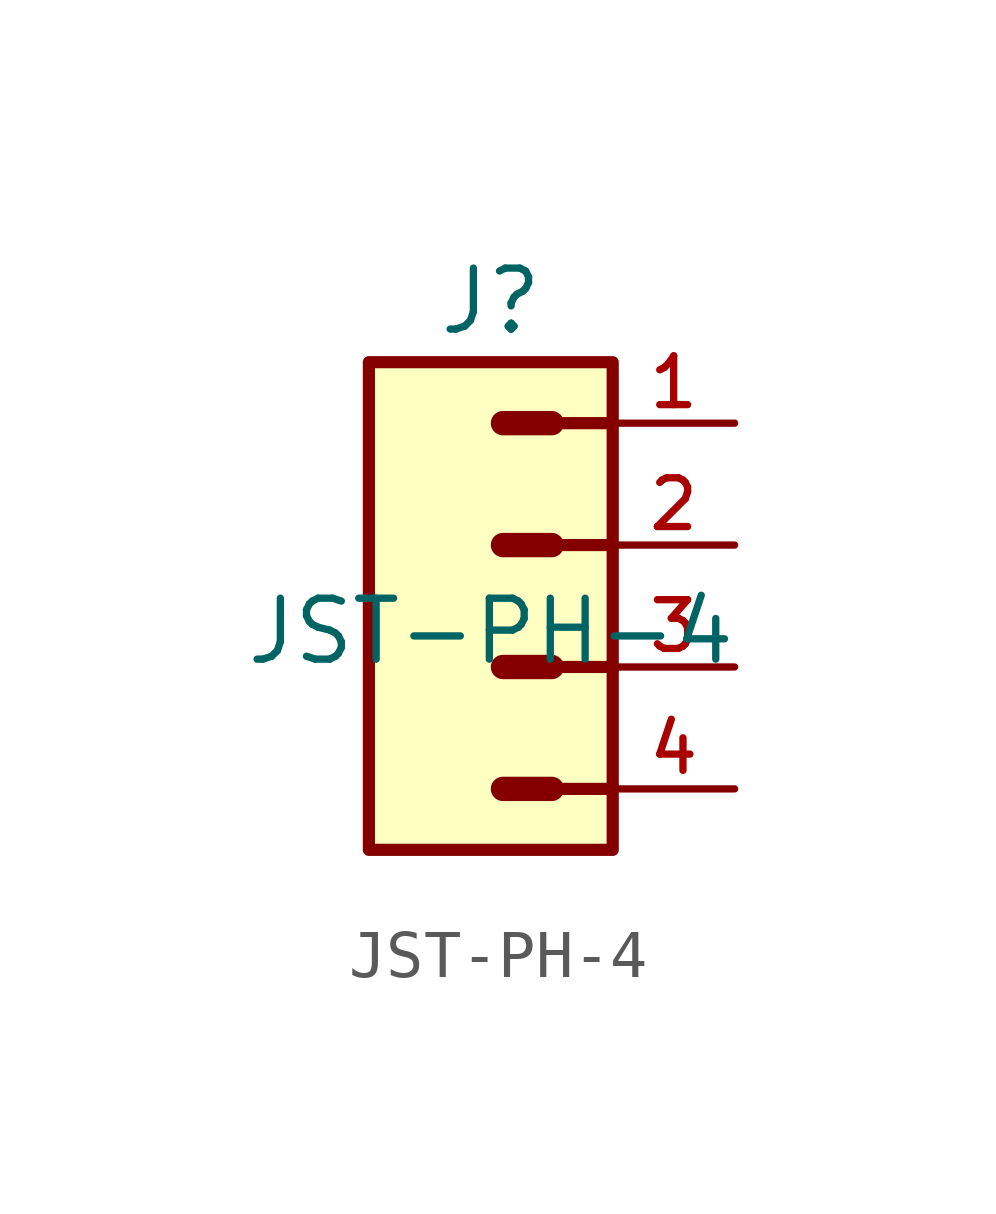
<source format=kicad_sym>
(kicad_symbol_lib
  (version 20211014)
  (generator kicad_symbol_editor)
  (symbol "JST-PH-4"
    (pin_names
      (offset 1.016))
    (property "Reference" "J"
      (at 0.0 7.62 0)
      (effects (font (size 1.27 1.27))))
    (property "Value" "JST-PH-4"
      (at 0 0.0 0)
      (effects (font (size 1.27 1.27)) (justify bottom)))
    (symbol "JST-PH-4_0_0"
      (polyline (pts (xy 2.54 5.08) (xy 1.27 5.08)) (stroke (width 0.254)))
      (polyline (pts (xy 2.54 2.54) (xy 1.27 2.54)) (stroke (width 0.254)))
      (polyline (pts (xy 1.27 5.08) (xy 0.254 5.08)) (stroke (width 0.508)))
      (polyline (pts (xy 1.27 2.54) (xy 0.254 2.54)) (stroke (width 0.508)))
      (polyline (pts (xy 1.27 0.0) (xy 0.254 0.0)) (stroke (width 0.508)))
      (polyline (pts (xy 1.27 -2.54) (xy 0.254 -2.54)) (stroke (width 0.508)))
      (polyline (pts (xy 2.54 0.0) (xy 1.27 0.0)) (stroke (width 0.254)))
      (polyline (pts (xy 2.54 -2.54) (xy 1.27 -2.54)) (stroke (width 0.254)))
      (rectangle (start -2.54 -3.81) (end 2.54 6.35) (stroke (width 0.254)) (fill (type background)))
      (pin bidirectional line (at 5.08 5.08 180.0) (length 2.54) (name "~" (effects (font (size 1.016 1.016)))) (number "1" (effects (font (size 1.016 1.016)))))
      (pin bidirectional line (at 5.08 2.54 180.0) (length 2.54) (name "~" (effects (font (size 1.016 1.016)))) (number "2" (effects (font (size 1.016 1.016)))))
      (pin bidirectional line (at 5.08 0.0 180.0) (length 2.54) (name "~" (effects (font (size 1.016 1.016)))) (number "3" (effects (font (size 1.016 1.016)))))
      (pin bidirectional line (at 5.08 -2.54 180.0) (length 2.54) (name "~" (effects (font (size 1.016 1.016)))) (number "4" (effects (font (size 1.016 1.016))))))))
</source>
